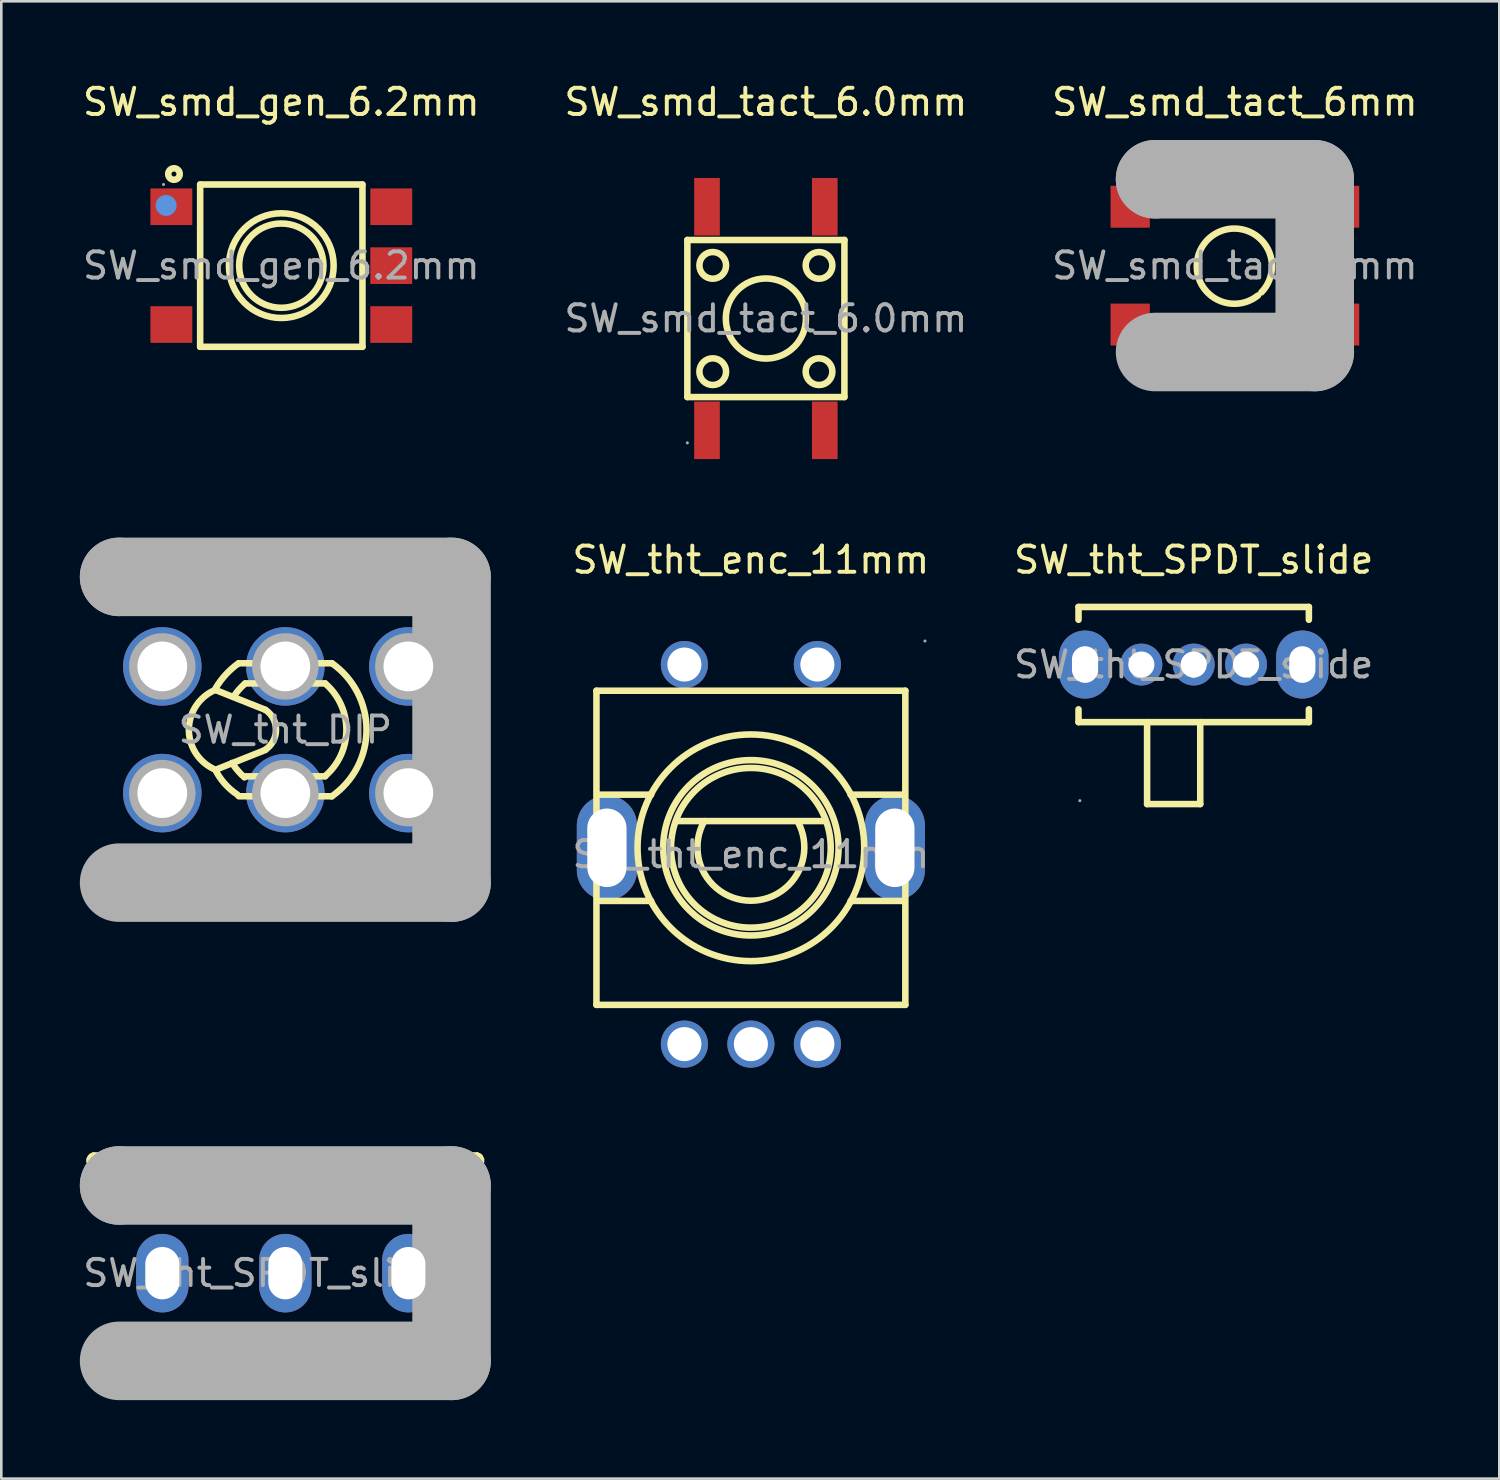
<source format=kicad_pcb>
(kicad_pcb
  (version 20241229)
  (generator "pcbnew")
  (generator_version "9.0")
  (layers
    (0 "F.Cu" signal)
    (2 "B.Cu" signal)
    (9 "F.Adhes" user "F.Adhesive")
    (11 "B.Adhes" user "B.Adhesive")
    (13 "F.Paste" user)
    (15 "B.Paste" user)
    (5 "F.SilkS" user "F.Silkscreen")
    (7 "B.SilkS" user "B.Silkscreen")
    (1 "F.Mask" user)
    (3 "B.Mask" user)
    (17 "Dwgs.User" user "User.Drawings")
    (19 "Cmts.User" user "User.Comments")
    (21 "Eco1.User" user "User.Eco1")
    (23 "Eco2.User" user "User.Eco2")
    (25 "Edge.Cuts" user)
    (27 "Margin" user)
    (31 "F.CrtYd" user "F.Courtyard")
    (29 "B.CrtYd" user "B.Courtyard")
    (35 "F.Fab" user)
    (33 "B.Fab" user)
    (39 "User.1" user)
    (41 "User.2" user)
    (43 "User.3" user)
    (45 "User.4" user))
  (footprint "SW_smd_tact_6.0mm"
    (layer "F.Cu")
    (at 26.208 9.118)
    (property "Reference" "SW_smd_tact_6.0mm" (at 0 -8.27 0) (layer "F.SilkS") (effects (font (size 1 1) (thickness 0.15))))
    (attr smd)
    (fp_line (start -3 -3) (end 3 -3) (stroke (width 0.25) (type solid)) (layer "F.SilkS"))
    (fp_line (start -3 3) (end -3 -3) (stroke (width 0.25) (type solid)) (layer "F.SilkS"))
    (fp_line (start 3 -3) (end 3 3) (stroke (width 0.25) (type solid)) (layer "F.SilkS"))
    (fp_line (start 3 3) (end -3 3) (stroke (width 0.25) (type solid)) (layer "F.SilkS"))
    (fp_circle (center -2.03 -2.03) (end -1.52 -2.03) (stroke (width 0.25) (type solid)) (fill no) (layer "F.SilkS"))
    (fp_circle (center -2.03 2.03) (end -1.52 2.03) (stroke (width 0.25) (type solid)) (fill no) (layer "F.SilkS"))
    (fp_circle (center 0 0) (end 1.53 0) (stroke (width 0.25) (type solid)) (fill no) (layer "F.SilkS"))
    (fp_circle (center 2.03 -2.03) (end 2.54 -2.03) (stroke (width 0.25) (type solid)) (fill no) (layer "F.SilkS"))
    (fp_circle (center 2.03 2.03) (end 2.54 2.03) (stroke (width 0.25) (type solid)) (fill no) (layer "F.SilkS"))
    (fp_circle (center -3 4.75) (end -2.97 4.75) (stroke (width 0.06) (type solid)) (fill no) (layer "F.Fab"))
    (fp_text user "${REFERENCE}" (at 0 0 0) (layer "F.Fab") (effects (font (size 1 1) (thickness 0.15))))
    (pad "1" smd rect (at -2.25 4.27) (size 0.98 2.2) (layers "F.Cu" "F.Mask" "F.Paste"))
    (pad "2" smd rect (at -2.25 -4.27) (size 0.98 2.2) (layers "F.Cu" "F.Mask" "F.Paste"))
    (pad "3" smd rect (at 2.25 4.27) (size 0.98 2.2) (layers "F.Cu" "F.Mask" "F.Paste"))
    (pad "4" smd rect (at 2.25 -4.27) (size 0.98 2.2) (layers "F.Cu" "F.Mask" "F.Paste")))
  (footprint "SW_tht_DIP"
    (layer "F.Cu")
    (at 7.85 24.828)
    (property "Reference" "SW_tht_DIP" (at 0 -6.42 0) (layer "F.SilkS") (effects (font (size 1 1) (thickness 0.15))))
    (attr through_hole)
    (fp_line (start -2.67 -1.52) (end -0.76 -0.76) (stroke (width 0.25) (type solid)) (layer "F.SilkS"))
    (fp_line (start -2.67 1.53) (end -0.76 0.77) (stroke (width 0.25) (type solid)) (layer "F.SilkS"))
    (fp_line (start -1.78 -2.54) (end 1.78 -2.54) (stroke (width 0.25) (type solid)) (layer "F.SilkS"))
    (fp_line (start -1.78 2.54) (end 1.78 2.54) (stroke (width 0.25) (type solid)) (layer "F.SilkS"))
    (fp_line (start -1.53 -1.77) (end 1.52 -1.77) (stroke (width 0.25) (type solid)) (layer "F.SilkS"))
    (fp_line (start -1.53 1.78) (end 1.52 1.78) (stroke (width 0.25) (type solid)) (layer "F.SilkS"))
    (fp_arc (start -2.77 1.48) (mid -3.683667 -0.058182) (end -2.664155 -1.528348) (stroke (width 0.25) (type solid)) (layer "F.SilkS"))
    (fp_arc (start -2.66 -1.59) (mid -2.271136 -2.112788) (end -1.781663 -2.542833) (stroke (width 0.25) (type solid)) (layer "F.SilkS"))
    (fp_arc (start -1.91 -1.36) (mid -1.732832 -1.575941) (end -1.531139 -1.769174) (stroke (width 0.25) (type solid)) (layer "F.SilkS"))
    (fp_arc (start -1.83 2.48) (mid -2.314579 2.060742) (end -2.674134 1.530352) (stroke (width 0.25) (type solid)) (layer "F.SilkS"))
    (fp_arc (start -1.56 1.82) (mid -1.816412 1.562536) (end -2.031083 1.269361) (stroke (width 0.25) (type solid)) (layer "F.SilkS"))
    (fp_arc (start -0.76 -0.76) (mid -0.354742 0.001896) (end -0.763153 0.762106) (stroke (width 0.25) (type solid)) (layer "F.SilkS"))
    (fp_arc (start 1.52 -1.77) (mid 2.333088 -0.000425) (end 1.520644 1.769446) (stroke (width 0.25) (type solid)) (layer "F.SilkS"))
    (fp_arc (start 1.78 -2.54) (mid 3.101612 0.002289) (end 1.776249 2.542625) (stroke (width 0.25) (type solid)) (layer "F.SilkS"))
    (fp_line (start -6.35 -5.84) (end -6.35 -5.84) (stroke (width 3) (type solid)) (layer "F.Fab"))
    (fp_line (start -6.35 -5.84) (end 6.35 -5.84) (stroke (width 3) (type solid)) (layer "F.Fab"))
    (fp_line (start 6.35 -5.84) (end 6.35 5.84) (stroke (width 3) (type solid)) (layer "F.Fab"))
    (fp_line (start 6.35 5.84) (end -6.35 5.84) (stroke (width 3) (type solid)) (layer "F.Fab"))
    (fp_circle (center -6.48 5.97) (end -6.45 5.97) (stroke (width 0.06) (type solid)) (fill no) (layer "F.Fab"))
    (fp_circle (center -4.7 -2.42) (end -4.28 -2.42) (stroke (width 0.85) (type solid)) (fill no) (layer "F.Fab"))
    (fp_circle (center -4.7 2.42) (end -4.28 2.42) (stroke (width 0.85) (type solid)) (fill no) (layer "F.Fab"))
    (fp_circle (center 0 -2.42) (end 0.42 -2.42) (stroke (width 0.85) (type solid)) (fill no) (layer "F.Fab"))
    (fp_circle (center 0 2.42) (end 0.42 2.42) (stroke (width 0.85) (type solid)) (fill no) (layer "F.Fab"))
    (fp_circle (center 4.7 -2.42) (end 5.12 -2.42) (stroke (width 0.85) (type solid)) (fill no) (layer "F.Fab"))
    (fp_circle (center 4.7 2.42) (end 5.12 2.42) (stroke (width 0.85) (type solid)) (fill no) (layer "F.Fab"))
    (fp_text user "${REFERENCE}" (at 0 0 0) (layer "F.Fab") (effects (font (size 1 1) (thickness 0.15))))
    (pad "1" thru_hole circle (at -4.7 2.42) (size 3 3) (drill 1.9) (layers "*.Cu" "*.Mask"))
    (pad "2" thru_hole circle (at 0 2.42) (size 3 3) (drill 1.9) (layers "*.Cu" "*.Mask"))
    (pad "3" thru_hole circle (at 4.7 2.42) (size 3 3) (drill 1.9) (layers "*.Cu" "*.Mask"))
    (pad "4" thru_hole circle (at -4.7 -2.42) (size 3 3) (drill 1.9) (layers "*.Cu" "*.Mask"))
    (pad "5" thru_hole circle (at 0 -2.42) (size 3 3) (drill 1.9) (layers "*.Cu" "*.Mask"))
    (pad "6" thru_hole circle (at 4.7 -2.42) (size 3 3) (drill 1.9) (layers "*.Cu" "*.Mask")))
  (footprint "SW_tht_enc_11mm"
    (layer "F.Cu")
    (at 25.635 29.587)
    (property "Reference" "SW_tht_enc_11mm" (at 0 -11.25 0) (layer "F.SilkS") (effects (font (size 1 1) (thickness 0.15))))
    (attr through_hole)
    (fp_line (start -5.9 -6.25) (end 5.9 -6.25) (stroke (width 0.25) (type solid)) (layer "F.SilkS"))
    (fp_line (start -5.9 5.75) (end -5.9 -6.25) (stroke (width 0.25) (type solid)) (layer "F.SilkS"))
    (fp_line (start -5.84 -2.28) (end -3.81 -2.28) (stroke (width 0.25) (type solid)) (layer "F.SilkS"))
    (fp_line (start -5.84 1.78) (end -3.81 1.78) (stroke (width 0.25) (type solid)) (layer "F.SilkS"))
    (fp_line (start -2.79 -1.27) (end 2.79 -1.27) (stroke (width 0.25) (type solid)) (layer "F.SilkS"))
    (fp_line (start 3.81 -2.28) (end 5.84 -2.28) (stroke (width 0.25) (type solid)) (layer "F.SilkS"))
    (fp_line (start 3.81 1.78) (end 5.84 1.78) (stroke (width 0.25) (type solid)) (layer "F.SilkS"))
    (fp_line (start 5.9 -6.25) (end 5.9 5.75) (stroke (width 0.25) (type solid)) (layer "F.SilkS"))
    (fp_line (start 5.9 5.75) (end -5.9 5.75) (stroke (width 0.25) (type solid)) (layer "F.SilkS"))
    (fp_arc (start 1.782861 -1.26489) (mid -0.002928 1.771664) (end -1.78 -1.27) (stroke (width 0.25) (type solid)) (layer "F.SilkS"))
    (fp_circle (center 0 -0.25) (end 3.05 -0.25) (stroke (width 0.25) (type solid)) (fill no) (layer "F.SilkS"))
    (fp_circle (center 0 -0.25) (end 3.35 -0.25) (stroke (width 0.25) (type solid)) (fill no) (layer "F.SilkS"))
    (fp_circle (center 0 -0.25) (end 4.33 -0.25) (stroke (width 0.25) (type solid)) (fill no) (layer "F.SilkS"))
    (fp_circle (center -2.54 -7.25) (end -2.26 -7.25) (stroke (width 0.55) (type solid)) (fill no) (layer "F.Fab"))
    (fp_circle (center -2.54 7.25) (end -2.26 7.25) (stroke (width 0.55) (type solid)) (fill no) (layer "F.Fab"))
    (fp_circle (center 0 7.25) (end 0.28 7.25) (stroke (width 0.55) (type solid)) (fill no) (layer "F.Fab"))
    (fp_circle (center 2.54 -7.25) (end 2.82 -7.25) (stroke (width 0.55) (type solid)) (fill no) (layer "F.Fab"))
    (fp_circle (center 2.54 7.25) (end 2.82 7.25) (stroke (width 0.55) (type solid)) (fill no) (layer "F.Fab"))
    (fp_circle (center 6.65 -8.15) (end 6.68 -8.15) (stroke (width 0.06) (type solid)) (fill no) (layer "F.Fab"))
    (fp_text user "${REFERENCE}" (at 0 0 0) (layer "F.Fab") (effects (font (size 1 1) (thickness 0.15))))
    (pad "6" thru_hole oval (at 5.5 -0.25 90) (size 4 2.3) (drill oval 3 1.5) (layers "*.Cu" "*.Mask"))
    (pad "7" thru_hole oval (at -5.5 -0.25 90) (size 4 2.3) (drill oval 3 1.5) (layers "*.Cu" "*.Mask"))
    (pad "A" thru_hole circle (at -2.54 7.25) (size 1.8 1.8) (drill 1.3) (layers "*.Cu" "*.Mask"))
    (pad "B" thru_hole circle (at 2.54 7.25) (size 1.8 1.8) (drill 1.3) (layers "*.Cu" "*.Mask"))
    (pad "C" thru_hole circle (at 0 7.25) (size 1.8 1.8) (drill 1.3) (layers "*.Cu" "*.Mask"))
    (pad "SW1" thru_hole circle (at -2.54 -7.25) (size 1.8 1.8) (drill 1.3) (layers "*.Cu" "*.Mask"))
    (pad "SW2" thru_hole circle (at 2.54 -7.25) (size 1.8 1.8) (drill 1.3) (layers "*.Cu" "*.Mask")))
  (footprint "SW_smd_gen_6.2mm"
    (layer "F.Cu")
    (at 7.696 7.098)
    (property "Reference" "SW_smd_gen_6.2mm" (at 0 -6.25 0) (layer "F.SilkS") (effects (font (size 1 1) (thickness 0.15))))
    (attr smd)
    (fp_line (start -3.1 -3.1) (end 3.1 -3.1) (stroke (width 0.25) (type solid)) (layer "F.SilkS"))
    (fp_line (start -3.1 3.1) (end -3.1 -3.1) (stroke (width 0.25) (type solid)) (layer "F.SilkS"))
    (fp_line (start 3.1 -3.1) (end 3.1 3.1) (stroke (width 0.25) (type solid)) (layer "F.SilkS"))
    (fp_line (start 3.1 3.1) (end -3.1 3.1) (stroke (width 0.25) (type solid)) (layer "F.SilkS"))
    (fp_circle (center -4.1 -3.5) (end -3.88 -3.5) (stroke (width 0.25) (type solid)) (fill no) (layer "F.SilkS"))
    (fp_circle (center 0 0) (end 1.61 0) (stroke (width 0.25) (type solid)) (fill no) (layer "F.SilkS"))
    (fp_circle (center 0 0) (end 2 0) (stroke (width 0.25) (type solid)) (fill no) (layer "F.SilkS"))
    (fp_circle (center -4.4 -2.3) (end -4.2 -2.3) (stroke (width 0.4) (type solid)) (fill no) (layer "Cmts.User"))
    (fp_circle (center -4.5 -3.1) (end -4.47 -3.1) (stroke (width 0.06) (type solid)) (fill no) (layer "F.Fab"))
    (fp_text user "${REFERENCE}" (at 0 0 0) (layer "F.Fab") (effects (font (size 1 1) (thickness 0.15))))
    (pad "1" smd rect (at -4.2 -2.25) (size 1.6 1.4) (layers "F.Cu" "F.Mask" "F.Paste"))
    (pad "2" smd rect (at 4.2 -2.25) (size 1.6 1.4) (layers "F.Cu" "F.Mask" "F.Paste"))
    (pad "3" smd rect (at -4.2 2.25 180) (size 1.6 1.4) (layers "F.Cu" "F.Mask" "F.Paste"))
    (pad "4" smd rect (at 4.2 2.25 180) (size 1.6 1.4) (layers "F.Cu" "F.Mask" "F.Paste"))
    (pad "5" smd rect (at 4.2 0) (size 1.6 1.4) (layers "F.Cu" "F.Mask" "F.Paste")))
  (footprint "SW_tht_SPDT_slide"
    (layer "F.Cu")
    (at 42.551 22.337)
    (property "Reference" "SW_tht_SPDT_slide" (at 0 -4 0) (layer "F.SilkS") (effects (font (size 1 1) (thickness 0.15))))
    (attr through_hole)
    (fp_line (start -4.4 -2.2) (end -4.4 -1.71) (stroke (width 0.25) (type solid)) (layer "F.SilkS"))
    (fp_line (start -4.4 1.71) (end -4.4 2.2) (stroke (width 0.25) (type solid)) (layer "F.SilkS"))
    (fp_line (start -1.78 2.2) (end -1.78 5.33) (stroke (width 0.25) (type solid)) (layer "F.SilkS"))
    (fp_line (start -1.78 5.33) (end 0.25 5.33) (stroke (width 0.25) (type solid)) (layer "F.SilkS"))
    (fp_line (start 0.25 5.33) (end 0.25 2.2) (stroke (width 0.25) (type solid)) (layer "F.SilkS"))
    (fp_line (start 4.4 -2.2) (end -4.4 -2.2) (stroke (width 0.25) (type solid)) (layer "F.SilkS"))
    (fp_line (start 4.4 -2.2) (end 4.4 -1.71) (stroke (width 0.25) (type solid)) (layer "F.SilkS"))
    (fp_line (start 4.4 1.71) (end 4.4 2.2) (stroke (width 0.25) (type solid)) (layer "F.SilkS"))
    (fp_line (start 4.4 2.2) (end -4.4 2.2) (stroke (width 0.25) (type solid)) (layer "F.SilkS"))
    (fp_circle (center -4.35 5.2) (end -4.32 5.2) (stroke (width 0.06) (type solid)) (fill no) (layer "F.Fab"))
    (fp_text user "${REFERENCE}" (at 0 0 0) (layer "F.Fab") (effects (font (size 1 1) (thickness 0.15))))
    (pad "1" thru_hole oval (at -2 0) (size 1.6 1.6) (drill 1) (layers "*.Cu" "*.Mask"))
    (pad "2" thru_hole oval (at 0 0) (size 1.6 1.6) (drill 1) (layers "*.Cu" "*.Mask"))
    (pad "3" thru_hole oval (at 2 0) (size 1.6 1.6) (drill 1) (layers "*.Cu" "*.Mask"))
    (pad "4" thru_hole oval (at 4.15 0 270) (size 2.6 2) (drill oval 1.4 1) (layers "*.Cu" "*.Mask"))
    (pad "5" thru_hole oval (at -4.15 0 270) (size 2.6 2) (drill oval 1.4 1) (layers "*.Cu" "*.Mask")))
  (footprint "SW_tht_SPDT_slide_2"
    (layer "F.Cu")
    (at 7.85 45.587)
    (property "Reference" "SW_tht_SPDT_slide_2" (at 0 -4 0) (layer "F.SilkS") (effects (font (size 1 1) (thickness 0.15))))
    (attr through_hole)
    (fp_line (start -6.35 -3.35) (end -6.35 -3.35) (stroke (width 3) (type solid)) (layer "F.Fab"))
    (fp_line (start -6.35 -3.35) (end 6.35 -3.35) (stroke (width 3) (type solid)) (layer "F.Fab"))
    (fp_line (start 6.35 -3.35) (end 6.35 3.35) (stroke (width 3) (type solid)) (layer "F.Fab"))
    (fp_line (start 6.35 3.35) (end -6.35 3.35) (stroke (width 3) (type solid)) (layer "F.Fab"))
    (fp_circle (center -6.48 3.48) (end -6.45 3.48) (stroke (width 0.06) (type solid)) (fill no) (layer "F.Fab"))
    (fp_text user "${REFERENCE}" (at 0 0 0) (layer "F.Fab") (effects (font (size 1 1) (thickness 0.15))))
    (pad "1" thru_hole oval (at -4.7 0) (size 2 3) (drill oval 1.3 2) (layers "*.Cu" "*.Mask"))
    (pad "2" thru_hole oval (at 0 0) (size 2 3) (drill oval 1.3 2) (layers "*.Cu" "*.Mask"))
    (pad "3" thru_hole oval (at 4.7 0) (size 2 3) (drill oval 1.3 2) (layers "*.Cu" "*.Mask")))
  (footprint "SW_smd_tact_6mm"
    (layer "F.Cu")
    (at 44.125 7.098)
    (property "Reference" "SW_smd_tact_6mm" (at 0 -6.25 0) (layer "F.SilkS") (effects (font (size 1 1) (thickness 0.15))))
    (attr smd)
    (fp_arc (start 0.88 1.14) (mid -0.987067 -1.04263) (end 1.010484 1.02125) (stroke (width 0.25) (type solid)) (layer "F.SilkS"))
    (fp_line (start -3.05 -3.3) (end -3.05 -3.3) (stroke (width 3) (type solid)) (layer "F.Fab"))
    (fp_line (start -3.05 -3.3) (end 3.05 -3.3) (stroke (width 3) (type solid)) (layer "F.Fab"))
    (fp_line (start 3.05 -3.3) (end 3.05 3.3) (stroke (width 3) (type solid)) (layer "F.Fab"))
    (fp_line (start 3.05 3.3) (end -3.05 3.3) (stroke (width 3) (type solid)) (layer "F.Fab"))
    (fp_circle (center 4.5 3.3) (end 4.53 3.3) (stroke (width 0.06) (type solid)) (fill no) (layer "F.Fab"))
    (fp_text user "${REFERENCE}" (at 0 0 0) (layer "F.Fab") (effects (font (size 1 1) (thickness 0.15))))
    (pad "1" smd rect (at 4 2.25) (size 1.5 1.6) (layers "F.Cu" "F.Mask" "F.Paste"))
    (pad "2" smd rect (at -4 2.25) (size 1.5 1.6) (layers "F.Cu" "F.Mask" "F.Paste"))
    (pad "3" smd rect (at 4 -2.25) (size 1.5 1.6) (layers "F.Cu" "F.Mask" "F.Paste"))
    (pad "4" smd rect (at -4 -2.25) (size 1.5 1.6) (layers "F.Cu" "F.Mask" "F.Paste")))
  (gr_rect
    (start -3 -3)
    (end 54.226 53.437)
    (stroke (width 0.1) (type default))
    (fill no)
    (layer "Edge.Cuts")))
</source>
